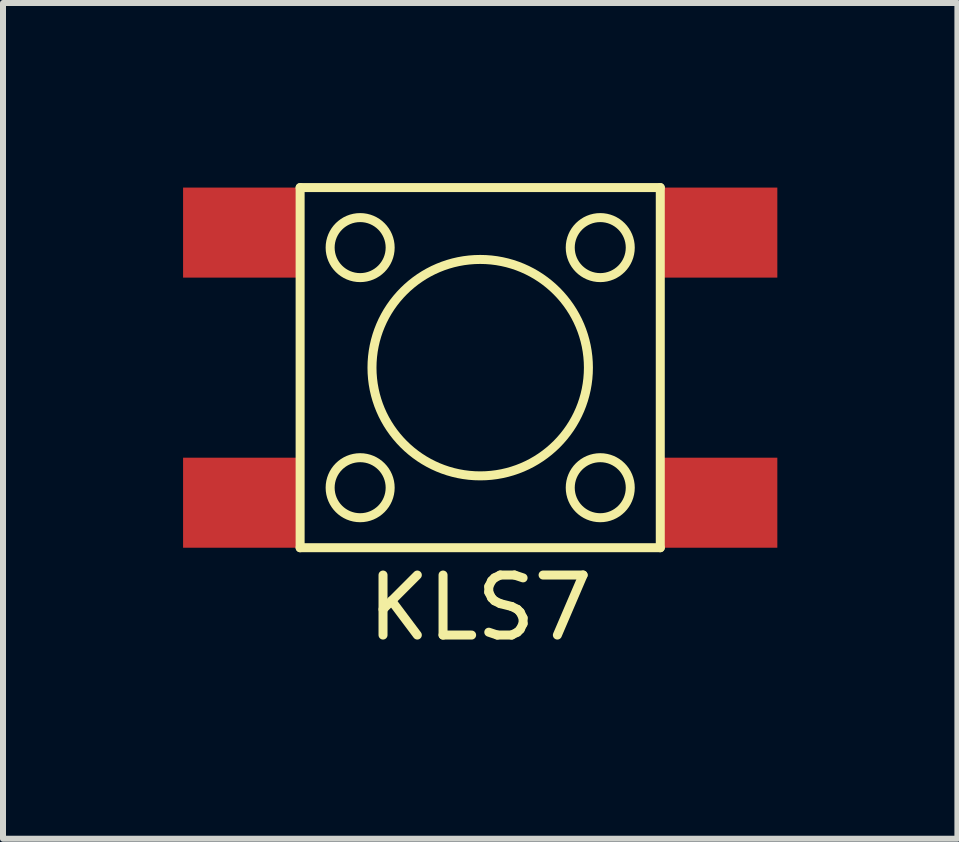
<source format=kicad_pcb>
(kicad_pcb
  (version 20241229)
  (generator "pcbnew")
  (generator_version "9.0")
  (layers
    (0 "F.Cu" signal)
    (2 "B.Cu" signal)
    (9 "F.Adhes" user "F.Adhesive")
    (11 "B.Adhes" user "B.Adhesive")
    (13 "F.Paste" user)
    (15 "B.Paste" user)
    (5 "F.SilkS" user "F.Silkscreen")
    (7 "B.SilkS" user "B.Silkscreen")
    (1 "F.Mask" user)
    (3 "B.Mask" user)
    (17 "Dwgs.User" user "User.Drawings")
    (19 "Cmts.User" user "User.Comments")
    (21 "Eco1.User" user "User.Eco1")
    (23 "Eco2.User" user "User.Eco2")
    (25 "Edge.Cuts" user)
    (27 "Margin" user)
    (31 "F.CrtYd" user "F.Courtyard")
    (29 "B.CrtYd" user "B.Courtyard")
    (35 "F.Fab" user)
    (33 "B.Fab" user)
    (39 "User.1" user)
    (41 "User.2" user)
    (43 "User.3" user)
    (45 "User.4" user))
  (footprint "KLS7"
    (layer "F.Cu")
    (at 4.95 3.075)
    (property "Reference" "KLS7" (at 0 4 0) (layer "F.SilkS") (effects (font (size 1 1) (thickness 0.15))))
    (attr through_hole)
    (fp_line (start -3 -3) (end 3 -3) (stroke (width 0.15) (type solid)) (layer "F.SilkS"))
    (fp_line (start -3 3) (end -3 -3) (stroke (width 0.15) (type solid)) (layer "F.SilkS"))
    (fp_line (start 3 -3) (end 3 3) (stroke (width 0.15) (type solid)) (layer "F.SilkS"))
    (fp_line (start 3 3) (end -3 3) (stroke (width 0.15) (type solid)) (layer "F.SilkS"))
    (fp_circle (center -2 -2) (end -2 -2.5) (stroke (width 0.15) (type solid)) (fill no) (layer "F.SilkS"))
    (fp_circle (center -2 2) (end -2 2.5) (stroke (width 0.15) (type solid)) (fill no) (layer "F.SilkS"))
    (fp_circle (center 0 0) (end 1 -1.5) (stroke (width 0.15) (type solid)) (fill no) (layer "F.SilkS"))
    (fp_circle (center 2 -2) (end 2 -2.5) (stroke (width 0.15) (type solid)) (fill no) (layer "F.SilkS"))
    (fp_circle (center 2 2) (end 2.5 2) (stroke (width 0.15) (type solid)) (fill no) (layer "F.SilkS"))
    (pad "1" smd rect (at -3.95 -2.25) (size 2 1.5) (layers "F.Cu" "F.Mask" "F.Paste"))
    (pad "1" smd rect (at 3.95 -2.25) (size 2 1.5) (layers "F.Cu" "F.Mask" "F.Paste"))
    (pad "2" smd rect (at -3.95 2.25) (size 2 1.5) (layers "F.Cu" "F.Mask" "F.Paste"))
    (pad "2" smd rect (at 3.95 2.25) (size 2 1.5) (layers "F.Cu" "F.Mask" "F.Paste")))
  (gr_rect
    (start -3 -3)
    (end 12.9 10.923)
    (stroke (width 0.1) (type default))
    (fill no)
    (layer "Edge.Cuts")))
</source>
